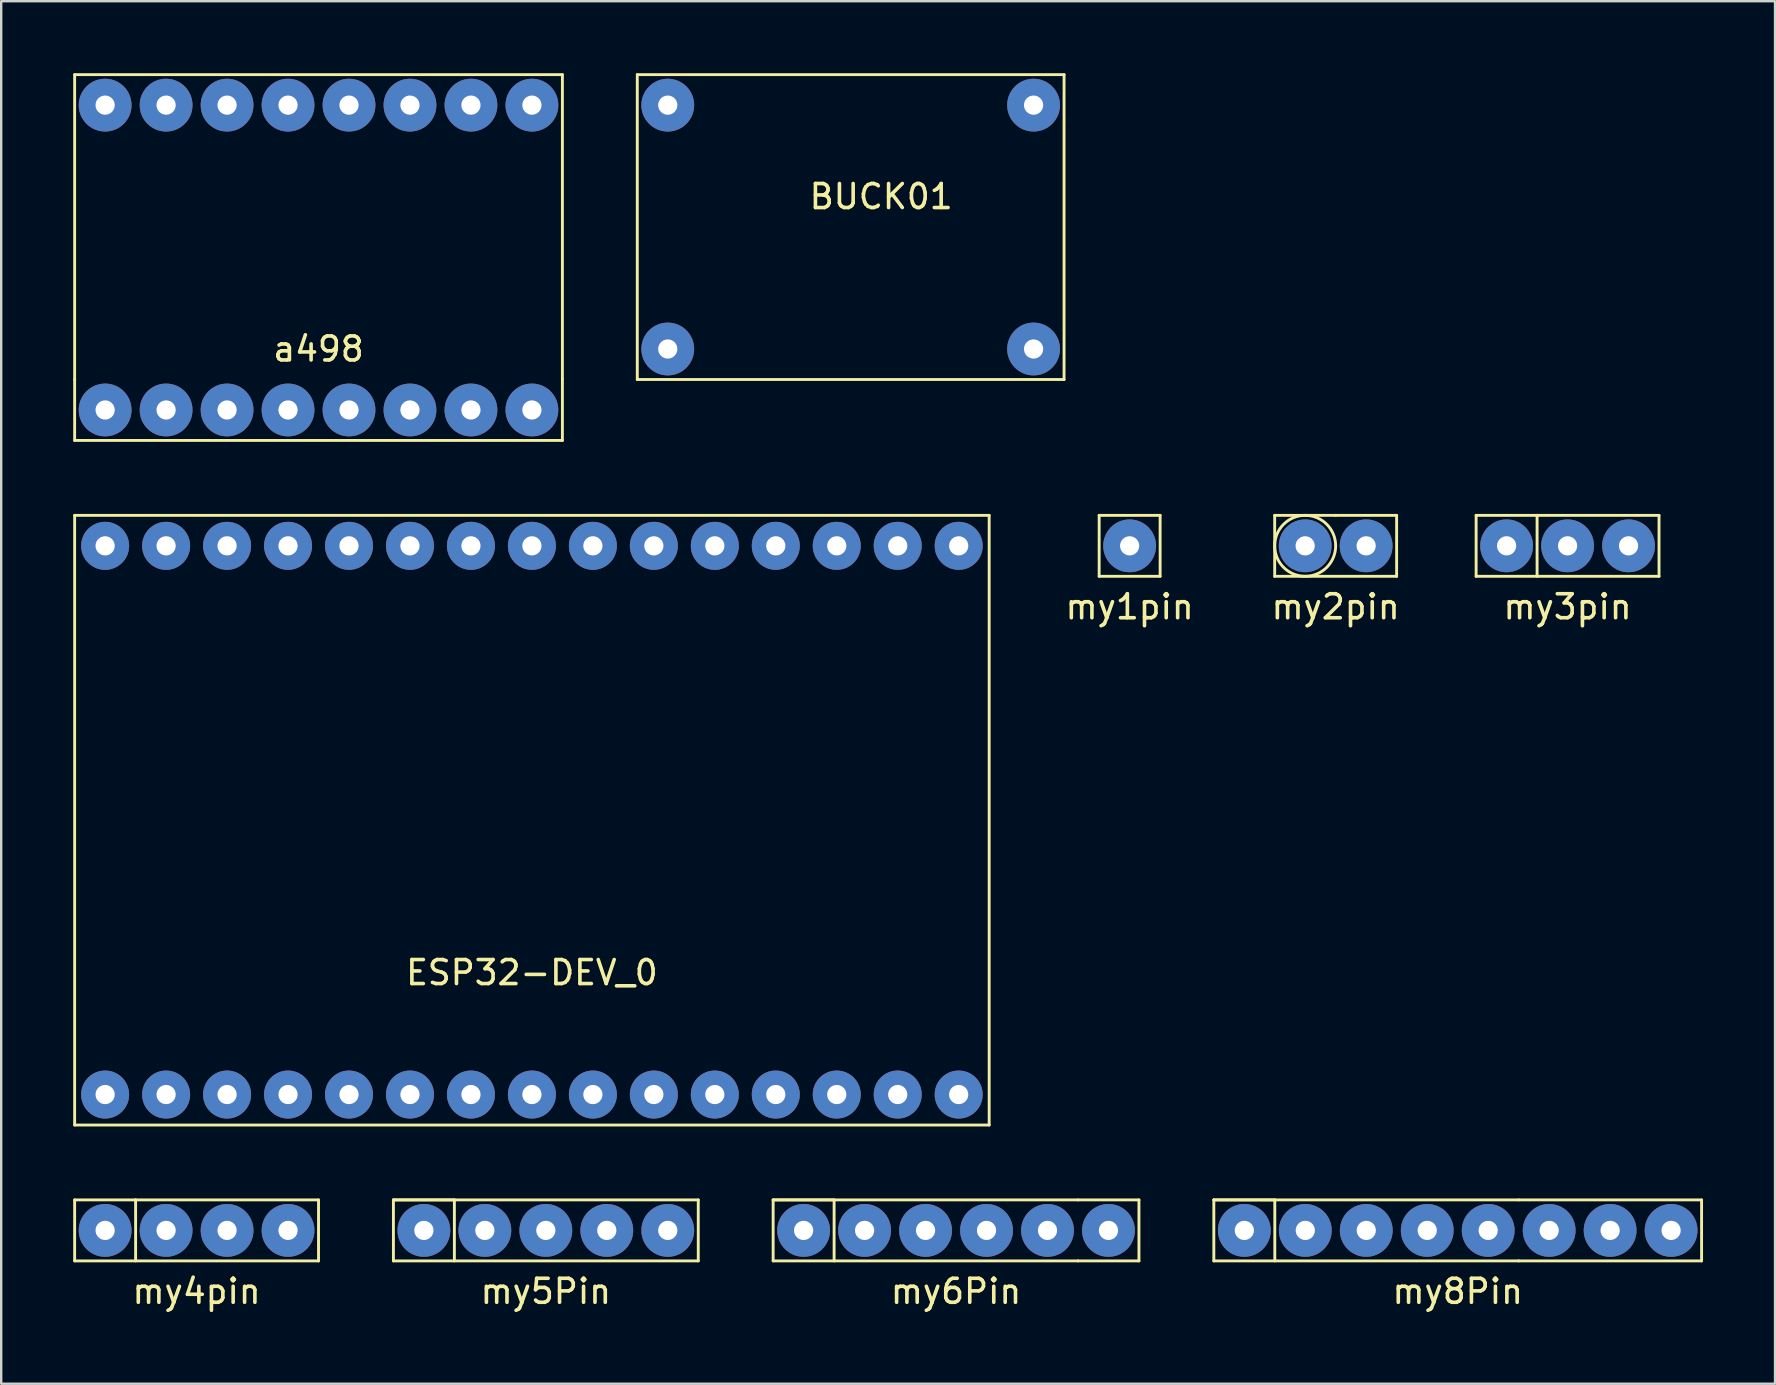
<source format=kicad_pcb>
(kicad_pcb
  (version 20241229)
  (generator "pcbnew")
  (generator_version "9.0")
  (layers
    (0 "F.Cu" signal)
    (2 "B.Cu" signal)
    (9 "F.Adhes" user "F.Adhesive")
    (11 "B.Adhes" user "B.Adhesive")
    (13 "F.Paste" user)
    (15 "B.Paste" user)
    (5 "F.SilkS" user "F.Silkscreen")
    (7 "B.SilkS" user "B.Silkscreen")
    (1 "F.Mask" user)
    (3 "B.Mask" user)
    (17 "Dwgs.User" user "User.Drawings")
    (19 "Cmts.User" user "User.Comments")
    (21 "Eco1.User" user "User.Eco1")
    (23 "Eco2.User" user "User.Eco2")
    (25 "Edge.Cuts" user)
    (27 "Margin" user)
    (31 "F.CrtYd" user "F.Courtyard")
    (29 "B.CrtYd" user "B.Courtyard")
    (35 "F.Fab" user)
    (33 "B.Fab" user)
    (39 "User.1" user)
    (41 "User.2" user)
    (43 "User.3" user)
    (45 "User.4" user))
  (footprint "ESP32-DEV_0"
    (layer "F.Cu")
    (at 19.11 32.39)
    (property "Reference" "ESP32-DEV_0" (at 0 5.08 0) (layer "F.SilkS") (effects (font (size 1 1) (thickness 0.15))))
    (attr through_hole)
    (fp_line (start -19.05 -13.97) (end -19.05 11.43) (stroke (width 0.12) (type solid)) (layer "F.SilkS"))
    (fp_line (start -19.05 11.43) (end 19.05 11.43) (stroke (width 0.12) (type solid)) (layer "F.SilkS"))
    (fp_line (start 19.05 -13.97) (end -19.05 -13.97) (stroke (width 0.12) (type solid)) (layer "F.SilkS"))
    (fp_line (start 19.05 11.43) (end 19.05 -13.97) (stroke (width 0.12) (type solid)) (layer "F.SilkS"))
    (pad "1" thru_hole circle (at -17.78 -12.7) (size 2 2) (drill 0.8) (layers "*.Cu" "*.Mask"))
    (pad "2" thru_hole circle (at -15.24 -12.7) (size 2 2) (drill 0.8) (layers "*.Cu" "*.Mask"))
    (pad "3" thru_hole circle (at -12.7 -12.7) (size 2 2) (drill 0.8) (layers "*.Cu" "*.Mask"))
    (pad "4" thru_hole circle (at -10.16 -12.7) (size 2 2) (drill 0.8) (layers "*.Cu" "*.Mask"))
    (pad "5" thru_hole circle (at -7.62 -12.7) (size 2 2) (drill 0.8) (layers "*.Cu" "*.Mask"))
    (pad "6" thru_hole circle (at -5.08 -12.7) (size 2 2) (drill 0.8) (layers "*.Cu" "*.Mask"))
    (pad "7" thru_hole circle (at -2.54 -12.7) (size 2 2) (drill 0.8) (layers "*.Cu" "*.Mask"))
    (pad "8" thru_hole circle (at 0 -12.7) (size 2 2) (drill 0.8) (layers "*.Cu" "*.Mask"))
    (pad "9" thru_hole circle (at 2.54 -12.7) (size 2 2) (drill 0.8) (layers "*.Cu" "*.Mask"))
    (pad "10" thru_hole circle (at 5.08 -12.7) (size 2 2) (drill 0.8) (layers "*.Cu" "*.Mask"))
    (pad "11" thru_hole circle (at 7.62 -12.7) (size 2 2) (drill 0.8) (layers "*.Cu" "*.Mask"))
    (pad "12" thru_hole circle (at 10.16 -12.7) (size 2 2) (drill 0.8) (layers "*.Cu" "*.Mask"))
    (pad "13" thru_hole circle (at 12.7 -12.7) (size 2 2) (drill 0.8) (layers "*.Cu" "*.Mask"))
    (pad "14" thru_hole circle (at 15.24 -12.7) (size 2 2) (drill 0.8) (layers "*.Cu" "*.Mask"))
    (pad "15" thru_hole circle (at 17.78 -12.7) (size 2 2) (drill 0.8) (layers "*.Cu" "*.Mask"))
    (pad "16" thru_hole circle (at 17.78 10.16) (size 2 2) (drill 0.8) (layers "*.Cu" "*.Mask"))
    (pad "17" thru_hole circle (at 15.24 10.16) (size 2 2) (drill 0.8) (layers "*.Cu" "*.Mask"))
    (pad "18" thru_hole circle (at 12.7 10.16) (size 2 2) (drill 0.8) (layers "*.Cu" "*.Mask"))
    (pad "19" thru_hole circle (at 10.16 10.16) (size 2 2) (drill 0.8) (layers "*.Cu" "*.Mask"))
    (pad "20" thru_hole circle (at 7.62 10.16) (size 2 2) (drill 0.8) (layers "*.Cu" "*.Mask"))
    (pad "21" thru_hole circle (at 5.08 10.16) (size 2 2) (drill 0.8) (layers "*.Cu" "*.Mask"))
    (pad "22" thru_hole circle (at 2.54 10.16) (size 2 2) (drill 0.8) (layers "*.Cu" "*.Mask"))
    (pad "23" thru_hole circle (at 0 10.16) (size 2 2) (drill 0.8) (layers "*.Cu" "*.Mask"))
    (pad "24" thru_hole circle (at -2.54 10.16) (size 2 2) (drill 0.8) (layers "*.Cu" "*.Mask"))
    (pad "25" thru_hole circle (at -5.08 10.16) (size 2 2) (drill 0.8) (layers "*.Cu" "*.Mask"))
    (pad "26" thru_hole circle (at -7.62 10.16) (size 2 2) (drill 0.8) (layers "*.Cu" "*.Mask"))
    (pad "27" thru_hole circle (at -10.16 10.16) (size 2 2) (drill 0.8) (layers "*.Cu" "*.Mask"))
    (pad "28" thru_hole circle (at -12.7 10.16) (size 2 2) (drill 0.8) (layers "*.Cu" "*.Mask"))
    (pad "29" thru_hole circle (at -15.24 10.16) (size 2 2) (drill 0.8) (layers "*.Cu" "*.Mask"))
    (pad "30" thru_hole circle (at -17.78 10.16) (size 2 2) (drill 0.8) (layers "*.Cu" "*.Mask")))
  (footprint "a498"
    (layer "F.Cu")
    (at 8.95 6.41)
    (property "Reference" "a498" (at 1.27 5.08 0) (layer "F.SilkS") (effects (font (size 1 1) (thickness 0.15))))
    (attr through_hole)
    (fp_line (start -8.89 -6.35) (end 11.43 -6.35) (stroke (width 0.12) (type solid)) (layer "F.SilkS"))
    (fp_line (start -8.89 6.35) (end -8.89 -6.35) (stroke (width 0.12) (type solid)) (layer "F.SilkS"))
    (fp_line (start -8.89 6.35) (end -8.89 8.89) (stroke (width 0.12) (type solid)) (layer "F.SilkS"))
    (fp_line (start 11.43 -6.35) (end 11.43 6.35) (stroke (width 0.12) (type solid)) (layer "F.SilkS"))
    (fp_line (start 11.43 6.35) (end 11.43 8.89) (stroke (width 0.12) (type solid)) (layer "F.SilkS"))
    (fp_line (start 11.43 8.89) (end -8.89 8.89) (stroke (width 0.12) (type solid)) (layer "F.SilkS"))
    (pad "1" thru_hole circle (at -7.62 -5.08) (size 2.2 2.2) (drill 0.8) (layers "*.Cu" "*.Mask"))
    (pad "2" thru_hole circle (at -5.08 -5.08) (size 2.2 2.2) (drill 0.8) (layers "*.Cu" "*.Mask"))
    (pad "3" thru_hole circle (at -2.54 -5.08) (size 2.2 2.2) (drill 0.8) (layers "*.Cu" "*.Mask"))
    (pad "4" thru_hole circle (at 0 -5.08) (size 2.2 2.2) (drill 0.8) (layers "*.Cu" "*.Mask"))
    (pad "5" thru_hole circle (at 2.54 -5.08) (size 2.2 2.2) (drill 0.8) (layers "*.Cu" "*.Mask"))
    (pad "6" thru_hole circle (at 5.08 -5.08) (size 2.2 2.2) (drill 0.8) (layers "*.Cu" "*.Mask"))
    (pad "7" thru_hole circle (at 7.62 -5.08) (size 2.2 2.2) (drill 0.8) (layers "*.Cu" "*.Mask"))
    (pad "8" thru_hole circle (at 10.16 -5.08) (size 2.2 2.2) (drill 0.8) (layers "*.Cu" "*.Mask"))
    (pad "9" thru_hole circle (at 10.16 7.62) (size 2.2 2.2) (drill 0.8) (layers "*.Cu" "*.Mask"))
    (pad "10" thru_hole circle (at 7.62 7.62) (size 2.2 2.2) (drill 0.8) (layers "*.Cu" "*.Mask"))
    (pad "11" thru_hole circle (at 5.08 7.62) (size 2.2 2.2) (drill 0.8) (layers "*.Cu" "*.Mask"))
    (pad "12" thru_hole circle (at 2.54 7.62) (size 2.2 2.2) (drill 0.8) (layers "*.Cu" "*.Mask"))
    (pad "13" thru_hole circle (at 0 7.62) (size 2.2 2.2) (drill 0.8) (layers "*.Cu" "*.Mask"))
    (pad "14" thru_hole circle (at -2.54 7.62) (size 2.2 2.2) (drill 0.8) (layers "*.Cu" "*.Mask"))
    (pad "15" thru_hole circle (at -5.08 7.62) (size 2.2 2.2) (drill 0.8) (layers "*.Cu" "*.Mask"))
    (pad "16" thru_hole circle (at -7.62 7.62) (size 2.2 2.2) (drill 0.8) (layers "*.Cu" "*.Mask")))
  (footprint "my6Pin"
    (layer "F.Cu")
    (at 30.43 48.21)
    (property "Reference" "my6Pin" (at 6.35 2.54 0) (layer "F.SilkS") (effects (font (size 1 1) (thickness 0.15))))
    (attr through_hole)
    (fp_line (start -1.27 -1.27) (end -1.27 1.27) (stroke (width 0.12) (type solid)) (layer "F.SilkS"))
    (fp_line (start -1.27 -1.27) (end 1.27 -1.27) (stroke (width 0.12) (type solid)) (layer "F.SilkS"))
    (fp_line (start -1.27 1.27) (end 11.43 1.27) (stroke (width 0.12) (type solid)) (layer "F.SilkS"))
    (fp_line (start 1.27 -1.27) (end 1.27 1.27) (stroke (width 0.12) (type solid)) (layer "F.SilkS"))
    (fp_line (start 11.43 -1.27) (end -1.27 -1.27) (stroke (width 0.12) (type solid)) (layer "F.SilkS"))
    (fp_line (start 11.43 -1.27) (end 13.97 -1.27) (stroke (width 0.12) (type solid)) (layer "F.SilkS"))
    (fp_line (start 11.43 1.27) (end 13.97 1.27) (stroke (width 0.12) (type solid)) (layer "F.SilkS"))
    (fp_line (start 13.97 -1.27) (end 13.97 1.27) (stroke (width 0.12) (type solid)) (layer "F.SilkS"))
    (pad "1" thru_hole circle (at 0 0) (size 2.2 2.2) (drill 0.8) (layers "*.Cu" "*.Mask"))
    (pad "2" thru_hole circle (at 2.54 0) (size 2.2 2.2) (drill 0.8) (layers "*.Cu" "*.Mask"))
    (pad "3" thru_hole circle (at 5.08 0) (size 2.2 2.2) (drill 0.8) (layers "*.Cu" "*.Mask"))
    (pad "4" thru_hole circle (at 7.62 0) (size 2.2 2.2) (drill 0.8) (layers "*.Cu" "*.Mask"))
    (pad "5" thru_hole circle (at 10.16 0) (size 2.2 2.2) (drill 0.8) (layers "*.Cu" "*.Mask"))
    (pad "6" thru_hole circle (at 12.7 0) (size 2.2 2.2) (drill 0.8) (layers "*.Cu" "*.Mask")))
  (footprint "my1pin"
    (layer "F.Cu")
    (at 44.012 19.69)
    (property "Reference" "my1pin" (at 0 2.54 0) (layer "F.SilkS") (effects (font (size 1 1) (thickness 0.15))))
    (attr through_hole)
    (fp_line (start -1.27 -1.27) (end -1.27 1.27) (stroke (width 0.12) (type solid)) (layer "F.SilkS"))
    (fp_line (start -1.27 -1.27) (end 1.27 -1.27) (stroke (width 0.12) (type solid)) (layer "F.SilkS"))
    (fp_line (start -1.27 1.27) (end 1.27 1.27) (stroke (width 0.12) (type solid)) (layer "F.SilkS"))
    (fp_line (start 1.27 1.27) (end 1.27 -1.27) (stroke (width 0.12) (type solid)) (layer "F.SilkS"))
    (pad "1" thru_hole circle (at 0 0) (size 2.2 2.2) (drill 0.8) (layers "*.Cu" "*.Mask")))
  (footprint "my2pin"
    (layer "F.Cu")
    (at 51.325 19.69)
    (property "Reference" "my2pin" (at 1.27 2.54 0) (layer "F.SilkS") (effects (font (size 1 1) (thickness 0.15))))
    (attr through_hole)
    (fp_line (start -1.27 -1.27) (end -1.27 1.27) (stroke (width 0.12) (type solid)) (layer "F.SilkS"))
    (fp_line (start -1.27 -1.27) (end 1.27 -1.27) (stroke (width 0.12) (type solid)) (layer "F.SilkS"))
    (fp_line (start -1.27 1.27) (end 3.81 1.27) (stroke (width 0.12) (type solid)) (layer "F.SilkS"))
    (fp_line (start 3.81 -1.27) (end 1.27 -1.27) (stroke (width 0.12) (type solid)) (layer "F.SilkS"))
    (fp_line (start 3.81 1.27) (end 3.81 -1.27) (stroke (width 0.12) (type solid)) (layer "F.SilkS"))
    (fp_circle (center 0 0) (end 0 -1.27) (stroke (width 0.12) (type solid)) (fill no) (layer "F.SilkS"))
    (pad "1" thru_hole circle (at 0 0) (size 2.2 2.2) (drill 0.8) (layers "*.Cu" "*.Mask"))
    (pad "2" thru_hole circle (at 2.54 0) (size 2.2 2.2) (drill 0.8) (layers "*.Cu" "*.Mask")))
  (footprint "my5Pin"
    (layer "F.Cu")
    (at 19.69 48.21)
    (property "Reference" "my5Pin" (at 0 2.54 0) (layer "F.SilkS") (effects (font (size 1 1) (thickness 0.15))))
    (attr through_hole)
    (fp_line (start -6.35 -1.27) (end -6.35 1.27) (stroke (width 0.12) (type solid)) (layer "F.SilkS"))
    (fp_line (start -6.35 -1.27) (end -3.81 -1.27) (stroke (width 0.12) (type solid)) (layer "F.SilkS"))
    (fp_line (start -6.35 1.27) (end 6.35 1.27) (stroke (width 0.12) (type solid)) (layer "F.SilkS"))
    (fp_line (start -3.81 -1.27) (end -3.81 1.27) (stroke (width 0.12) (type solid)) (layer "F.SilkS"))
    (fp_line (start 6.35 -1.27) (end -6.35 -1.27) (stroke (width 0.12) (type solid)) (layer "F.SilkS"))
    (fp_line (start 6.35 1.27) (end 6.35 -1.27) (stroke (width 0.12) (type solid)) (layer "F.SilkS"))
    (pad "1" thru_hole circle (at -5.08 0) (size 2.2 2.2) (drill 0.8) (layers "*.Cu" "*.Mask"))
    (pad "2" thru_hole circle (at -2.54 0) (size 2.2 2.2) (drill 0.8) (layers "*.Cu" "*.Mask"))
    (pad "3" thru_hole circle (at 0 0) (size 2.2 2.2) (drill 0.8) (layers "*.Cu" "*.Mask"))
    (pad "4" thru_hole circle (at 2.54 0) (size 2.2 2.2) (drill 0.8) (layers "*.Cu" "*.Mask"))
    (pad "5" thru_hole circle (at 5.08 0) (size 2.2 2.2) (drill 0.8) (layers "*.Cu" "*.Mask")))
  (footprint "my4pin"
    (layer "F.Cu")
    (at 1.33 48.21)
    (property "Reference" "my4pin" (at 3.81 2.54 0) (layer "F.SilkS") (effects (font (size 1 1) (thickness 0.15))))
    (attr through_hole)
    (fp_line (start -1.27 -1.27) (end -1.27 1.27) (stroke (width 0.12) (type solid)) (layer "F.SilkS"))
    (fp_line (start -1.27 -1.27) (end 1.27 -1.27) (stroke (width 0.12) (type solid)) (layer "F.SilkS"))
    (fp_line (start -1.27 1.27) (end 8.89 1.27) (stroke (width 0.12) (type solid)) (layer "F.SilkS"))
    (fp_line (start 1.27 -1.27) (end 1.27 1.27) (stroke (width 0.12) (type solid)) (layer "F.SilkS"))
    (fp_line (start 8.89 -1.27) (end 1.27 -1.27) (stroke (width 0.12) (type solid)) (layer "F.SilkS"))
    (fp_line (start 8.89 1.27) (end 8.89 -1.27) (stroke (width 0.12) (type solid)) (layer "F.SilkS"))
    (pad "1" thru_hole circle (at 0 0) (size 2.2 2.2) (drill 0.8) (layers "*.Cu" "*.Mask"))
    (pad "2" thru_hole circle (at 2.54 0) (size 2.2 2.2) (drill 0.8) (layers "*.Cu" "*.Mask"))
    (pad "3" thru_hole circle (at 5.08 0) (size 2.2 2.2) (drill 0.8) (layers "*.Cu" "*.Mask"))
    (pad "4" thru_hole circle (at 7.62 0) (size 2.2 2.2) (drill 0.8) (layers "*.Cu" "*.Mask")))
  (footprint "my8Pin"
    (layer "F.Cu")
    (at 56.41 48.21)
    (property "Reference" "my8Pin" (at 1.27 2.54 0) (layer "F.SilkS") (effects (font (size 1 1) (thickness 0.15))))
    (attr through_hole)
    (fp_line (start -8.89 -1.27) (end -8.89 1.27) (stroke (width 0.12) (type solid)) (layer "F.SilkS"))
    (fp_line (start -8.89 -1.27) (end -6.35 -1.27) (stroke (width 0.12) (type solid)) (layer "F.SilkS"))
    (fp_line (start -8.89 1.27) (end 3.81 1.27) (stroke (width 0.12) (type solid)) (layer "F.SilkS"))
    (fp_line (start -6.35 -1.27) (end -6.35 1.27) (stroke (width 0.12) (type solid)) (layer "F.SilkS"))
    (fp_line (start 3.81 -1.27) (end -8.89 -1.27) (stroke (width 0.12) (type solid)) (layer "F.SilkS"))
    (fp_line (start 3.81 -1.27) (end 11.43 -1.27) (stroke (width 0.12) (type solid)) (layer "F.SilkS"))
    (fp_line (start 11.43 -1.27) (end 11.43 1.27) (stroke (width 0.12) (type solid)) (layer "F.SilkS"))
    (fp_line (start 11.43 1.27) (end 3.81 1.27) (stroke (width 0.12) (type solid)) (layer "F.SilkS"))
    (pad "1" thru_hole circle (at -7.62 0) (size 2.2 2.2) (drill 0.8) (layers "*.Cu" "*.Mask"))
    (pad "2" thru_hole circle (at -5.08 0) (size 2.2 2.2) (drill 0.8) (layers "*.Cu" "*.Mask"))
    (pad "3" thru_hole circle (at -2.54 0) (size 2.2 2.2) (drill 0.8) (layers "*.Cu" "*.Mask"))
    (pad "4" thru_hole circle (at 0 0) (size 2.2 2.2) (drill 0.8) (layers "*.Cu" "*.Mask"))
    (pad "5" thru_hole circle (at 2.54 0) (size 2.2 2.2) (drill 0.8) (layers "*.Cu" "*.Mask"))
    (pad "6" thru_hole circle (at 5.08 0) (size 2.2 2.2) (drill 0.8) (layers "*.Cu" "*.Mask"))
    (pad "7" thru_hole circle (at 7.62 0) (size 2.2 2.2) (drill 0.8) (layers "*.Cu" "*.Mask"))
    (pad "8" thru_hole circle (at 10.16 0) (size 2.2 2.2) (drill 0.8) (layers "*.Cu" "*.Mask")))
  (footprint "BUCK01"
    (layer "F.Cu")
    (at 29.85 1.33)
    (property "Reference" "BUCK01" (at 3.81 3.81 0) (layer "F.SilkS") (effects (font (size 1 1) (thickness 0.15))))
    (attr through_hole)
    (fp_line (start -6.35 -1.27) (end -6.35 11.43) (stroke (width 0.12) (type solid)) (layer "F.SilkS"))
    (fp_line (start -6.35 11.43) (end 11.43 11.43) (stroke (width 0.12) (type solid)) (layer "F.SilkS"))
    (fp_line (start 11.43 -1.27) (end -6.35 -1.27) (stroke (width 0.12) (type solid)) (layer "F.SilkS"))
    (fp_line (start 11.43 11.43) (end 11.43 -1.27) (stroke (width 0.12) (type solid)) (layer "F.SilkS"))
    (pad "1" thru_hole circle (at -5.08 0) (size 2.2 2.2) (drill 0.8) (layers "*.Cu" "*.Mask"))
    (pad "2" thru_hole circle (at 10.16 0) (size 2.2 2.2) (drill 0.8) (layers "*.Cu" "*.Mask"))
    (pad "3" thru_hole circle (at 10.16 10.16) (size 2.2 2.2) (drill 0.8) (layers "*.Cu" "*.Mask"))
    (pad "4" thru_hole circle (at -5.08 10.16) (size 2.2 2.2) (drill 0.8) (layers "*.Cu" "*.Mask")))
  (footprint "my3pin"
    (layer "F.Cu")
    (at 62.257 19.69)
    (property "Reference" "my3pin" (at 0 2.54 0) (layer "F.SilkS") (effects (font (size 1 1) (thickness 0.15))))
    (attr through_hole)
    (fp_line (start -3.81 -1.27) (end -3.81 1.27) (stroke (width 0.12) (type solid)) (layer "F.SilkS"))
    (fp_line (start -3.81 -1.27) (end -1.27 -1.27) (stroke (width 0.12) (type solid)) (layer "F.SilkS"))
    (fp_line (start -3.81 1.27) (end 3.81 1.27) (stroke (width 0.12) (type solid)) (layer "F.SilkS"))
    (fp_line (start -1.27 -1.27) (end -1.27 1.27) (stroke (width 0.12) (type solid)) (layer "F.SilkS"))
    (fp_line (start -1.27 -1.27) (end 3.81 -1.27) (stroke (width 0.12) (type solid)) (layer "F.SilkS"))
    (fp_line (start 3.81 1.27) (end 3.81 -1.27) (stroke (width 0.12) (type solid)) (layer "F.SilkS"))
    (pad "1" thru_hole circle (at -2.54 0) (size 2.2 2.2) (drill 0.8) (layers "*.Cu" "*.Mask"))
    (pad "2" thru_hole circle (at 0 0) (size 2.2 2.2) (drill 0.8) (layers "*.Cu" "*.Mask"))
    (pad "3" thru_hole circle (at 2.54 0) (size 2.2 2.2) (drill 0.8) (layers "*.Cu" "*.Mask")))
  (gr_rect
    (start -3 -3)
    (end 70.9 54.598)
    (stroke (width 0.1) (type default))
    (fill no)
    (layer "Edge.Cuts")))
</source>
